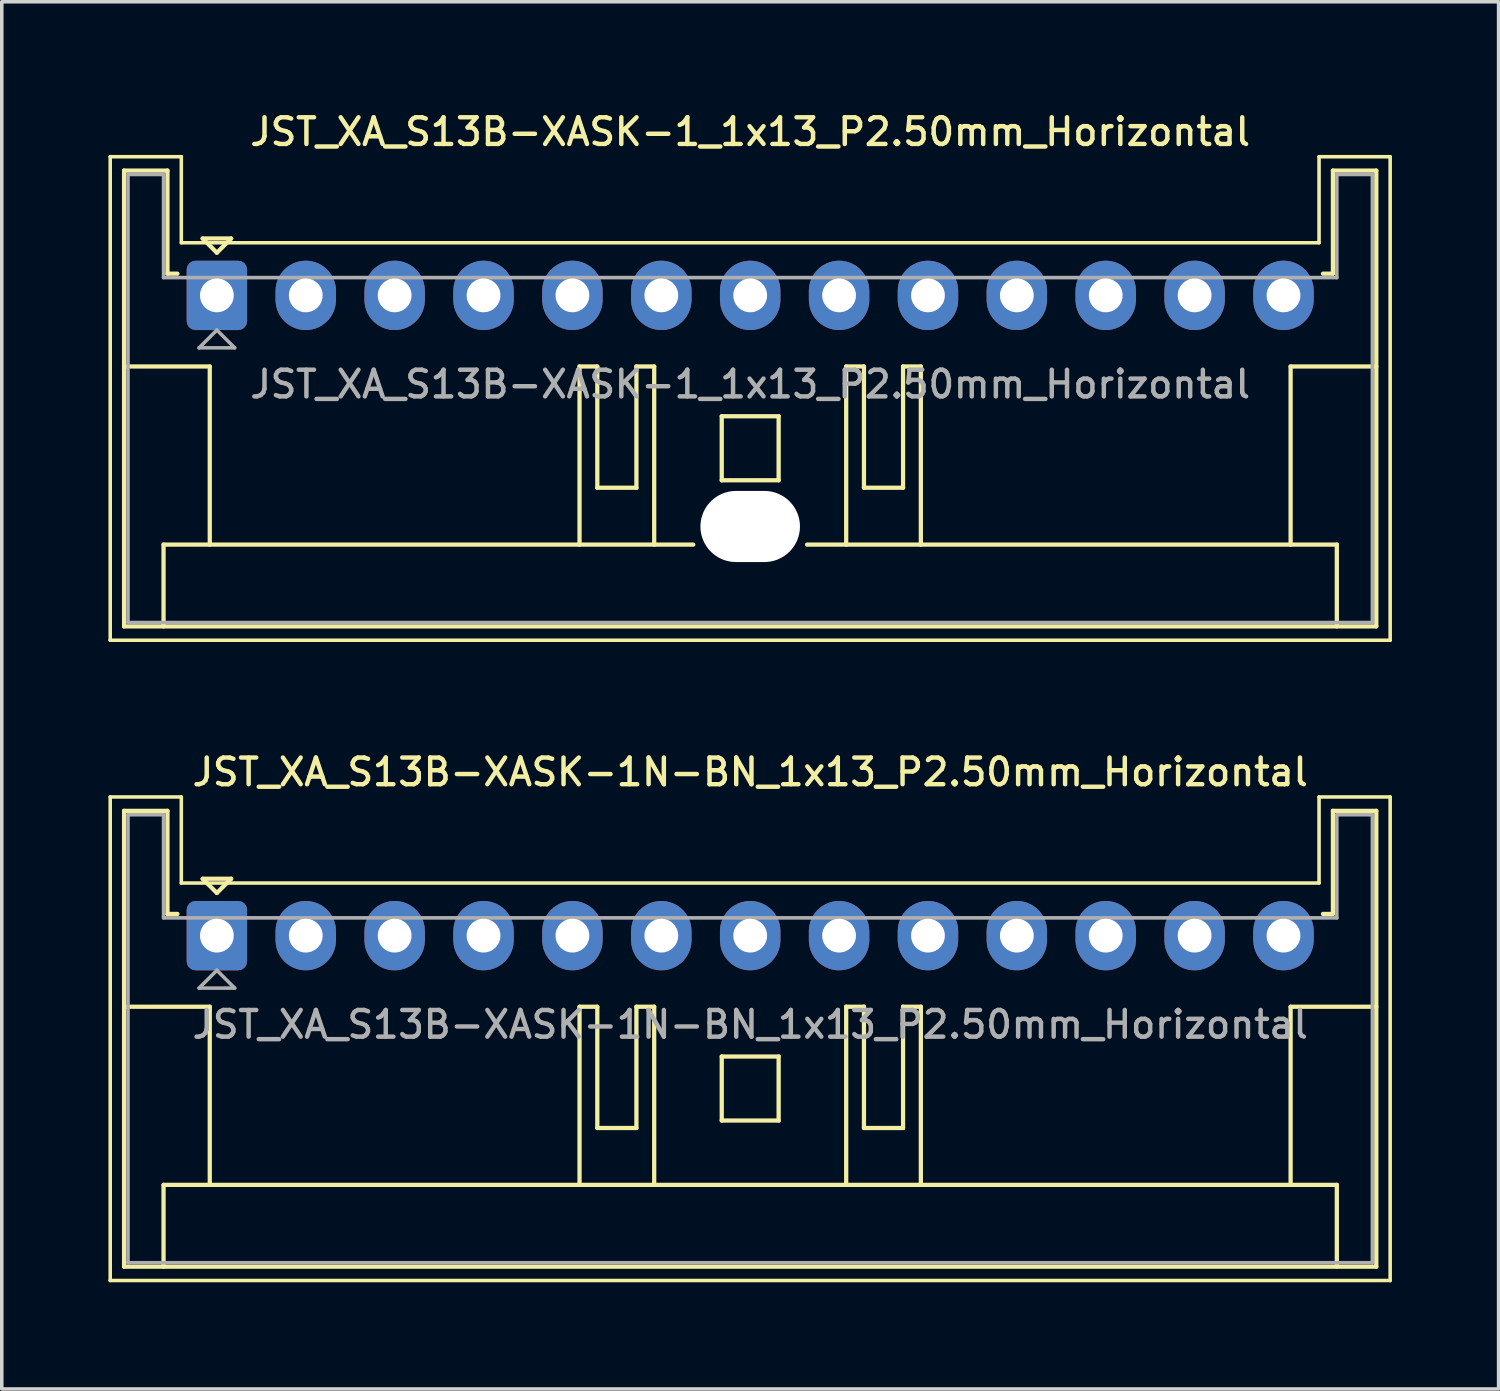
<source format=kicad_pcb>
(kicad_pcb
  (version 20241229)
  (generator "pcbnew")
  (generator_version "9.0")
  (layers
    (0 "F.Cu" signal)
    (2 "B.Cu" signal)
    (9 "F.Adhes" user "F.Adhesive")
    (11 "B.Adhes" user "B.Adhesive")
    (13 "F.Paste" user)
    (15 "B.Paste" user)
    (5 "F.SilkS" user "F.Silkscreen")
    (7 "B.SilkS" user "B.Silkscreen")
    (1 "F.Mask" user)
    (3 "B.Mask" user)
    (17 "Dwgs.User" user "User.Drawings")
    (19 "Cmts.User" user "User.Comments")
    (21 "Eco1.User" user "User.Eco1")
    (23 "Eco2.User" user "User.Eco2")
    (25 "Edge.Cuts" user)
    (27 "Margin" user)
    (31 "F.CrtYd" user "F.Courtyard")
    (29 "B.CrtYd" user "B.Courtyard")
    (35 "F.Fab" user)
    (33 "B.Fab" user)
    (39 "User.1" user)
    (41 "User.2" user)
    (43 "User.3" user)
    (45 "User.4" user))
  (footprint "JST_XA_S13B-XASK-1N-BN_1x13_P2.50mm_Horizontal"
    (layer "F.Cu")
    (at 3.05 23.266)
    (property "Reference" "JST_XA_S13B-XASK-1N-BN_1x13_P2.50mm_Horizontal" (at 15 -4.6 0) (layer "F.SilkS") (effects (font (size 0.75 0.75) (thickness 0.125))))
    (attr through_hole)
    (fp_line (start -3 -3.9) (end -3 9.7) (stroke (width 0.1) (type solid)) (layer "F.SilkS"))
    (fp_line (start -3 9.7) (end 33 9.7) (stroke (width 0.1) (type solid)) (layer "F.SilkS"))
    (fp_line (start -2.61 -3.51) (end -2.61 9.31) (stroke (width 0.12) (type solid)) (layer "F.SilkS"))
    (fp_line (start -2.61 9.31) (end 32.61 9.31) (stroke (width 0.12) (type solid)) (layer "F.SilkS"))
    (fp_line (start -1.5 7.01) (end 31.5 7.01) (stroke (width 0.12) (type solid)) (layer "F.SilkS"))
    (fp_line (start -1.5 9.31) (end -1.5 7.01) (stroke (width 0.12) (type solid)) (layer "F.SilkS"))
    (fp_line (start -1.39 -3.51) (end -2.61 -3.51) (stroke (width 0.12) (type solid)) (layer "F.SilkS"))
    (fp_line (start -1.39 -0.61) (end -1.39 -3.51) (stroke (width 0.12) (type solid)) (layer "F.SilkS"))
    (fp_line (start -1.11 -0.61) (end -1.39 -0.61) (stroke (width 0.12) (type solid)) (layer "F.SilkS"))
    (fp_line (start -1 -3.9) (end -3 -3.9) (stroke (width 0.1) (type solid)) (layer "F.SilkS"))
    (fp_line (start -1 -1.48) (end -1 -3.9) (stroke (width 0.1) (type solid)) (layer "F.SilkS"))
    (fp_line (start -0.4 -1.6) (end 0.4 -1.6) (stroke (width 0.12) (type solid)) (layer "F.SilkS"))
    (fp_line (start -0.2 2) (end -2.61 2) (stroke (width 0.12) (type solid)) (layer "F.SilkS"))
    (fp_line (start -0.2 7.01) (end -0.2 2) (stroke (width 0.12) (type solid)) (layer "F.SilkS"))
    (fp_line (start 0 -1.2) (end -0.4 -1.6) (stroke (width 0.12) (type solid)) (layer "F.SilkS"))
    (fp_line (start 0.4 -1.6) (end 0 -1.2) (stroke (width 0.12) (type solid)) (layer "F.SilkS"))
    (fp_line (start 10.2 2) (end 10.2 7.01) (stroke (width 0.12) (type solid)) (layer "F.SilkS"))
    (fp_line (start 10.7 2) (end 10.2 2) (stroke (width 0.12) (type solid)) (layer "F.SilkS"))
    (fp_line (start 10.7 5.41) (end 10.7 2) (stroke (width 0.12) (type solid)) (layer "F.SilkS"))
    (fp_line (start 11.8 2) (end 11.8 5.41) (stroke (width 0.12) (type solid)) (layer "F.SilkS"))
    (fp_line (start 11.8 5.41) (end 10.7 5.41) (stroke (width 0.12) (type solid)) (layer "F.SilkS"))
    (fp_line (start 12.3 2) (end 11.8 2) (stroke (width 0.12) (type solid)) (layer "F.SilkS"))
    (fp_line (start 12.3 7.01) (end 12.3 2) (stroke (width 0.12) (type solid)) (layer "F.SilkS"))
    (fp_line (start 14.2 3.4) (end 15.8 3.4) (stroke (width 0.12) (type solid)) (layer "F.SilkS"))
    (fp_line (start 14.2 5.2) (end 14.2 3.4) (stroke (width 0.12) (type solid)) (layer "F.SilkS"))
    (fp_line (start 15.8 3.4) (end 15.8 5.2) (stroke (width 0.12) (type solid)) (layer "F.SilkS"))
    (fp_line (start 15.8 5.2) (end 14.2 5.2) (stroke (width 0.12) (type solid)) (layer "F.SilkS"))
    (fp_line (start 17.7 2) (end 18.2 2) (stroke (width 0.12) (type solid)) (layer "F.SilkS"))
    (fp_line (start 17.7 7.01) (end 17.7 2) (stroke (width 0.12) (type solid)) (layer "F.SilkS"))
    (fp_line (start 18.2 2) (end 18.2 5.41) (stroke (width 0.12) (type solid)) (layer "F.SilkS"))
    (fp_line (start 18.2 5.41) (end 19.3 5.41) (stroke (width 0.12) (type solid)) (layer "F.SilkS"))
    (fp_line (start 19.3 2) (end 19.8 2) (stroke (width 0.12) (type solid)) (layer "F.SilkS"))
    (fp_line (start 19.3 5.41) (end 19.3 2) (stroke (width 0.12) (type solid)) (layer "F.SilkS"))
    (fp_line (start 19.8 2) (end 19.8 7.01) (stroke (width 0.12) (type solid)) (layer "F.SilkS"))
    (fp_line (start 30.2 2) (end 32.61 2) (stroke (width 0.12) (type solid)) (layer "F.SilkS"))
    (fp_line (start 30.2 7.01) (end 30.2 2) (stroke (width 0.12) (type solid)) (layer "F.SilkS"))
    (fp_line (start 31 -3.9) (end 31 -1.48) (stroke (width 0.1) (type solid)) (layer "F.SilkS"))
    (fp_line (start 31 -1.48) (end -1 -1.48) (stroke (width 0.1) (type solid)) (layer "F.SilkS"))
    (fp_line (start 31.39 -3.51) (end 31.39 -0.61) (stroke (width 0.12) (type solid)) (layer "F.SilkS"))
    (fp_line (start 31.39 -0.61) (end 31.11 -0.61) (stroke (width 0.12) (type solid)) (layer "F.SilkS"))
    (fp_line (start 31.5 7.01) (end 31.5 9.31) (stroke (width 0.12) (type solid)) (layer "F.SilkS"))
    (fp_line (start 32.61 -3.51) (end 31.39 -3.51) (stroke (width 0.12) (type solid)) (layer "F.SilkS"))
    (fp_line (start 32.61 9.31) (end 32.61 -3.51) (stroke (width 0.12) (type solid)) (layer "F.SilkS"))
    (fp_line (start 33 -3.9) (end 31 -3.9) (stroke (width 0.1) (type solid)) (layer "F.SilkS"))
    (fp_line (start 33 9.7) (end 33 -3.9) (stroke (width 0.1) (type solid)) (layer "F.SilkS"))
    (fp_line (start -2.5 -3.4) (end -2.5 9.2) (stroke (width 0.1) (type solid)) (layer "F.Fab"))
    (fp_line (start -2.5 9.2) (end 32.5 9.2) (stroke (width 0.1) (type solid)) (layer "F.Fab"))
    (fp_line (start -1.5 -3.4) (end -2.5 -3.4) (stroke (width 0.1) (type solid)) (layer "F.Fab"))
    (fp_line (start -1.5 -0.5) (end -1.5 -3.4) (stroke (width 0.1) (type solid)) (layer "F.Fab"))
    (fp_line (start -0.5 1.475) (end 0.5 1.475) (stroke (width 0.1) (type solid)) (layer "F.Fab"))
    (fp_line (start 0 0.975) (end -0.5 1.475) (stroke (width 0.1) (type solid)) (layer "F.Fab"))
    (fp_line (start 0.5 1.475) (end 0 0.975) (stroke (width 0.1) (type solid)) (layer "F.Fab"))
    (fp_line (start 31.5 -3.4) (end 31.5 -0.5) (stroke (width 0.1) (type solid)) (layer "F.Fab"))
    (fp_line (start 31.5 -0.5) (end -1.5 -0.5) (stroke (width 0.1) (type solid)) (layer "F.Fab"))
    (fp_line (start 32.5 -3.4) (end 31.5 -3.4) (stroke (width 0.1) (type solid)) (layer "F.Fab"))
    (fp_line (start 32.5 9.2) (end 32.5 -3.4) (stroke (width 0.1) (type solid)) (layer "F.Fab"))
    (fp_text user "${REFERENCE}" (at 15 2.5 0) (layer "F.Fab") (effects (font (size 0.75 0.75) (thickness 0.125))))
    (pad "1" thru_hole roundrect (at 0 0) (size 1.7 1.95) (drill 0.95) (layers "*.Cu" "*.Mask") (roundrect_rratio 0.147))
    (pad "2" thru_hole oval (at 2.5 0) (size 1.7 1.95) (drill 0.95) (layers "*.Cu" "*.Mask"))
    (pad "3" thru_hole oval (at 5 0) (size 1.7 1.95) (drill 0.95) (layers "*.Cu" "*.Mask"))
    (pad "4" thru_hole oval (at 7.5 0) (size 1.7 1.95) (drill 0.95) (layers "*.Cu" "*.Mask"))
    (pad "5" thru_hole oval (at 10 0) (size 1.7 1.95) (drill 0.95) (layers "*.Cu" "*.Mask"))
    (pad "6" thru_hole oval (at 12.5 0) (size 1.7 1.95) (drill 0.95) (layers "*.Cu" "*.Mask"))
    (pad "7" thru_hole oval (at 15 0) (size 1.7 1.95) (drill 0.95) (layers "*.Cu" "*.Mask"))
    (pad "8" thru_hole oval (at 17.5 0) (size 1.7 1.95) (drill 0.95) (layers "*.Cu" "*.Mask"))
    (pad "9" thru_hole oval (at 20 0) (size 1.7 1.95) (drill 0.95) (layers "*.Cu" "*.Mask"))
    (pad "10" thru_hole oval (at 22.5 0) (size 1.7 1.95) (drill 0.95) (layers "*.Cu" "*.Mask"))
    (pad "11" thru_hole oval (at 25 0) (size 1.7 1.95) (drill 0.95) (layers "*.Cu" "*.Mask"))
    (pad "12" thru_hole oval (at 27.5 0) (size 1.7 1.95) (drill 0.95) (layers "*.Cu" "*.Mask"))
    (pad "13" thru_hole oval (at 30 0) (size 1.7 1.95) (drill 0.95) (layers "*.Cu" "*.Mask")))
  (footprint "JST_XA_S13B-XASK-1_1x13_P2.50mm_Horizontal"
    (layer "F.Cu")
    (at 3.05 5.258)
    (property "Reference" "JST_XA_S13B-XASK-1_1x13_P2.50mm_Horizontal" (at 15 -4.6 0) (layer "F.SilkS") (effects (font (size 0.75 0.75) (thickness 0.125))))
    (attr through_hole)
    (fp_line (start -3 -3.9) (end -3 9.7) (stroke (width 0.1) (type solid)) (layer "F.SilkS"))
    (fp_line (start -3 9.7) (end 33 9.7) (stroke (width 0.1) (type solid)) (layer "F.SilkS"))
    (fp_line (start -2.61 -3.51) (end -2.61 9.31) (stroke (width 0.12) (type solid)) (layer "F.SilkS"))
    (fp_line (start -2.61 9.31) (end 32.61 9.31) (stroke (width 0.12) (type solid)) (layer "F.SilkS"))
    (fp_line (start -1.5 7.01) (end 13.4 7.01) (stroke (width 0.12) (type solid)) (layer "F.SilkS"))
    (fp_line (start -1.5 9.31) (end -1.5 7.01) (stroke (width 0.12) (type solid)) (layer "F.SilkS"))
    (fp_line (start -1.39 -3.51) (end -2.61 -3.51) (stroke (width 0.12) (type solid)) (layer "F.SilkS"))
    (fp_line (start -1.39 -0.61) (end -1.39 -3.51) (stroke (width 0.12) (type solid)) (layer "F.SilkS"))
    (fp_line (start -1.11 -0.61) (end -1.39 -0.61) (stroke (width 0.12) (type solid)) (layer "F.SilkS"))
    (fp_line (start -1 -3.9) (end -3 -3.9) (stroke (width 0.1) (type solid)) (layer "F.SilkS"))
    (fp_line (start -1 -1.48) (end -1 -3.9) (stroke (width 0.1) (type solid)) (layer "F.SilkS"))
    (fp_line (start -0.4 -1.6) (end 0.4 -1.6) (stroke (width 0.12) (type solid)) (layer "F.SilkS"))
    (fp_line (start -0.2 2) (end -2.61 2) (stroke (width 0.12) (type solid)) (layer "F.SilkS"))
    (fp_line (start -0.2 7.01) (end -0.2 2) (stroke (width 0.12) (type solid)) (layer "F.SilkS"))
    (fp_line (start 0 -1.2) (end -0.4 -1.6) (stroke (width 0.12) (type solid)) (layer "F.SilkS"))
    (fp_line (start 0.4 -1.6) (end 0 -1.2) (stroke (width 0.12) (type solid)) (layer "F.SilkS"))
    (fp_line (start 10.2 2) (end 10.2 7.01) (stroke (width 0.12) (type solid)) (layer "F.SilkS"))
    (fp_line (start 10.7 2) (end 10.2 2) (stroke (width 0.12) (type solid)) (layer "F.SilkS"))
    (fp_line (start 10.7 5.41) (end 10.7 2) (stroke (width 0.12) (type solid)) (layer "F.SilkS"))
    (fp_line (start 11.8 2) (end 11.8 5.41) (stroke (width 0.12) (type solid)) (layer "F.SilkS"))
    (fp_line (start 11.8 5.41) (end 10.7 5.41) (stroke (width 0.12) (type solid)) (layer "F.SilkS"))
    (fp_line (start 12.3 2) (end 11.8 2) (stroke (width 0.12) (type solid)) (layer "F.SilkS"))
    (fp_line (start 12.3 7.01) (end 12.3 2) (stroke (width 0.12) (type solid)) (layer "F.SilkS"))
    (fp_line (start 14.2 3.4) (end 15.8 3.4) (stroke (width 0.12) (type solid)) (layer "F.SilkS"))
    (fp_line (start 14.2 5.2) (end 14.2 3.4) (stroke (width 0.12) (type solid)) (layer "F.SilkS"))
    (fp_line (start 15.8 3.4) (end 15.8 5.2) (stroke (width 0.12) (type solid)) (layer "F.SilkS"))
    (fp_line (start 15.8 5.2) (end 14.2 5.2) (stroke (width 0.12) (type solid)) (layer "F.SilkS"))
    (fp_line (start 16.6 7.01) (end 31.5 7.01) (stroke (width 0.12) (type solid)) (layer "F.SilkS"))
    (fp_line (start 17.7 2) (end 18.2 2) (stroke (width 0.12) (type solid)) (layer "F.SilkS"))
    (fp_line (start 17.7 7.01) (end 17.7 2) (stroke (width 0.12) (type solid)) (layer "F.SilkS"))
    (fp_line (start 18.2 2) (end 18.2 5.41) (stroke (width 0.12) (type solid)) (layer "F.SilkS"))
    (fp_line (start 18.2 5.41) (end 19.3 5.41) (stroke (width 0.12) (type solid)) (layer "F.SilkS"))
    (fp_line (start 19.3 2) (end 19.8 2) (stroke (width 0.12) (type solid)) (layer "F.SilkS"))
    (fp_line (start 19.3 5.41) (end 19.3 2) (stroke (width 0.12) (type solid)) (layer "F.SilkS"))
    (fp_line (start 19.8 2) (end 19.8 7.01) (stroke (width 0.12) (type solid)) (layer "F.SilkS"))
    (fp_line (start 30.2 2) (end 32.61 2) (stroke (width 0.12) (type solid)) (layer "F.SilkS"))
    (fp_line (start 30.2 7.01) (end 30.2 2) (stroke (width 0.12) (type solid)) (layer "F.SilkS"))
    (fp_line (start 31 -3.9) (end 31 -1.48) (stroke (width 0.1) (type solid)) (layer "F.SilkS"))
    (fp_line (start 31 -1.48) (end -1 -1.48) (stroke (width 0.1) (type solid)) (layer "F.SilkS"))
    (fp_line (start 31.39 -3.51) (end 31.39 -0.61) (stroke (width 0.12) (type solid)) (layer "F.SilkS"))
    (fp_line (start 31.39 -0.61) (end 31.11 -0.61) (stroke (width 0.12) (type solid)) (layer "F.SilkS"))
    (fp_line (start 31.5 7.01) (end 31.5 9.31) (stroke (width 0.12) (type solid)) (layer "F.SilkS"))
    (fp_line (start 32.61 -3.51) (end 31.39 -3.51) (stroke (width 0.12) (type solid)) (layer "F.SilkS"))
    (fp_line (start 32.61 9.31) (end 32.61 -3.51) (stroke (width 0.12) (type solid)) (layer "F.SilkS"))
    (fp_line (start 33 -3.9) (end 31 -3.9) (stroke (width 0.1) (type solid)) (layer "F.SilkS"))
    (fp_line (start 33 9.7) (end 33 -3.9) (stroke (width 0.1) (type solid)) (layer "F.SilkS"))
    (fp_line (start -2.5 -3.4) (end -2.5 9.2) (stroke (width 0.1) (type solid)) (layer "F.Fab"))
    (fp_line (start -2.5 9.2) (end 32.5 9.2) (stroke (width 0.1) (type solid)) (layer "F.Fab"))
    (fp_line (start -1.5 -3.4) (end -2.5 -3.4) (stroke (width 0.1) (type solid)) (layer "F.Fab"))
    (fp_line (start -1.5 -0.5) (end -1.5 -3.4) (stroke (width 0.1) (type solid)) (layer "F.Fab"))
    (fp_line (start -0.5 1.475) (end 0.5 1.475) (stroke (width 0.1) (type solid)) (layer "F.Fab"))
    (fp_line (start 0 0.975) (end -0.5 1.475) (stroke (width 0.1) (type solid)) (layer "F.Fab"))
    (fp_line (start 0.5 1.475) (end 0 0.975) (stroke (width 0.1) (type solid)) (layer "F.Fab"))
    (fp_line (start 31.5 -3.4) (end 31.5 -0.5) (stroke (width 0.1) (type solid)) (layer "F.Fab"))
    (fp_line (start 31.5 -0.5) (end -1.5 -0.5) (stroke (width 0.1) (type solid)) (layer "F.Fab"))
    (fp_line (start 32.5 -3.4) (end 31.5 -3.4) (stroke (width 0.1) (type solid)) (layer "F.Fab"))
    (fp_line (start 32.5 9.2) (end 32.5 -3.4) (stroke (width 0.1) (type solid)) (layer "F.Fab"))
    (fp_text user "${REFERENCE}" (at 15 2.5 0) (layer "F.Fab") (effects (font (size 0.75 0.75) (thickness 0.125))))
    (pad "" np_thru_hole oval (at 15 6.5) (size 2.8 2) (drill oval 2.8 2) (layers "*.Cu" "*.Mask"))
    (pad "1" thru_hole roundrect (at 0 0) (size 1.7 1.95) (drill 0.95) (layers "*.Cu" "*.Mask") (roundrect_rratio 0.147))
    (pad "2" thru_hole oval (at 2.5 0) (size 1.7 1.95) (drill 0.95) (layers "*.Cu" "*.Mask"))
    (pad "3" thru_hole oval (at 5 0) (size 1.7 1.95) (drill 0.95) (layers "*.Cu" "*.Mask"))
    (pad "4" thru_hole oval (at 7.5 0) (size 1.7 1.95) (drill 0.95) (layers "*.Cu" "*.Mask"))
    (pad "5" thru_hole oval (at 10 0) (size 1.7 1.95) (drill 0.95) (layers "*.Cu" "*.Mask"))
    (pad "6" thru_hole oval (at 12.5 0) (size 1.7 1.95) (drill 0.95) (layers "*.Cu" "*.Mask"))
    (pad "7" thru_hole oval (at 15 0) (size 1.7 1.95) (drill 0.95) (layers "*.Cu" "*.Mask"))
    (pad "8" thru_hole oval (at 17.5 0) (size 1.7 1.95) (drill 0.95) (layers "*.Cu" "*.Mask"))
    (pad "9" thru_hole oval (at 20 0) (size 1.7 1.95) (drill 0.95) (layers "*.Cu" "*.Mask"))
    (pad "10" thru_hole oval (at 22.5 0) (size 1.7 1.95) (drill 0.95) (layers "*.Cu" "*.Mask"))
    (pad "11" thru_hole oval (at 25 0) (size 1.7 1.95) (drill 0.95) (layers "*.Cu" "*.Mask"))
    (pad "12" thru_hole oval (at 27.5 0) (size 1.7 1.95) (drill 0.95) (layers "*.Cu" "*.Mask"))
    (pad "13" thru_hole oval (at 30 0) (size 1.7 1.95) (drill 0.95) (layers "*.Cu" "*.Mask")))
  (gr_rect
    (start -3 -3)
    (end 39.1 36.016)
    (stroke (width 0.1) (type default))
    (fill no)
    (layer "Edge.Cuts")))
</source>
